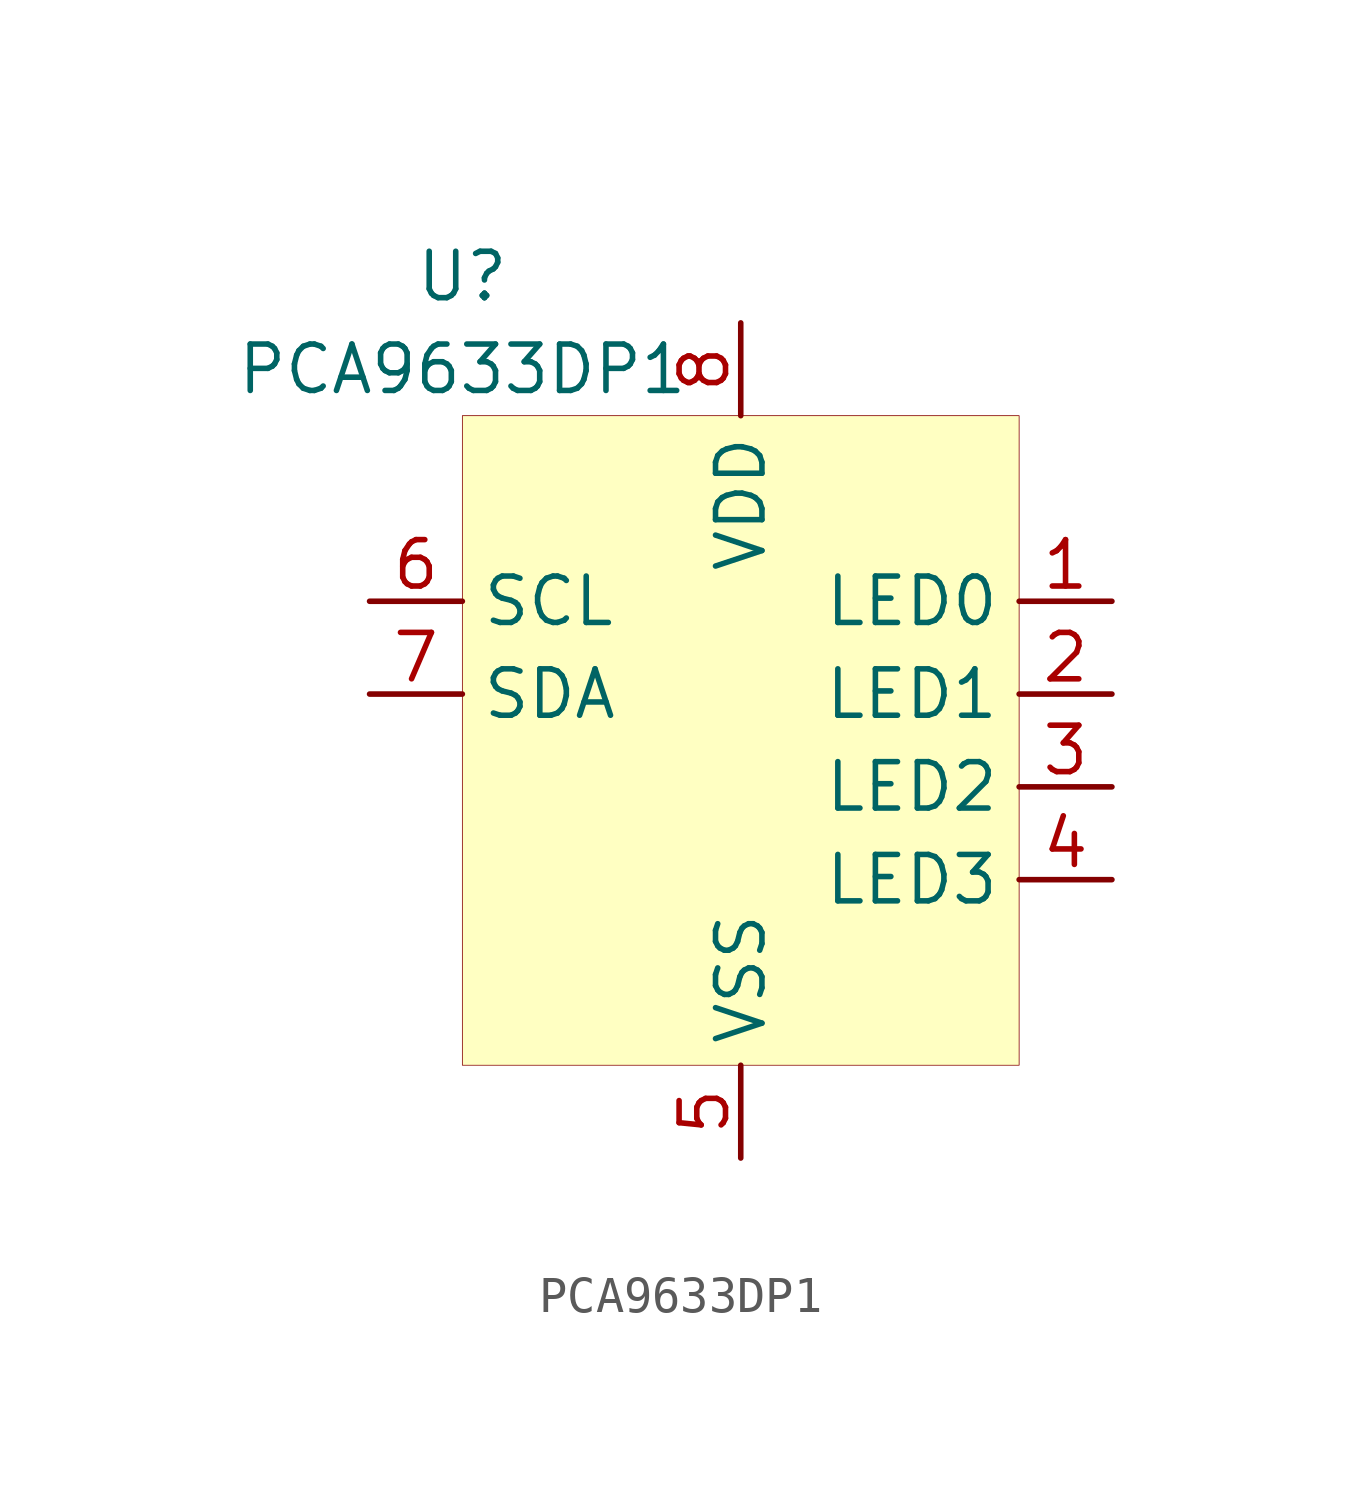
<source format=kicad_sym>
(kicad_symbol_lib
  (version 20200126)
  (host kicad_symbol_editor "(5.99.0-1949-ge2b384e54)")
  (symbol "NXP_PWM-Driver:PCA9633DP1"
    (property "Reference" "U"
      (at -7.62 11.43 0)
      (effects (font (size 1.27 1.27))))
    (property "Value" "PCA9633DP1"
      (at -7.62 8.89 0)
      (effects (font (size 1.27 1.27))))
    (symbol "PCA9633DP1_0_1"
      (rectangle (start -7.62 7.62) (end 7.62 -10.16) (stroke (width 0.001)) (fill (type background))))
    (symbol "PCA9633DP1_1_1"
      (pin bidirectional line (at -10.16 2.54 0) (length 2.54) (name "SCL" (effects (font (size 1.27 1.27)))) (number "6" (effects (font (size 1.27 1.27)))))
      (pin bidirectional line (at -10.16 0 0) (length 2.54) (name "SDA" (effects (font (size 1.27 1.27)))) (number "7" (effects (font (size 1.27 1.27)))))
      (pin output line (at 10.16 2.54 180) (length 2.54) (name "LED0" (effects (font (size 1.27 1.27)))) (number "1" (effects (font (size 1.27 1.27)))))
      (pin output line (at 10.16 0 180) (length 2.54) (name "LED1" (effects (font (size 1.27 1.27)))) (number "2" (effects (font (size 1.27 1.27)))))
      (pin output line (at 10.16 -2.54 180) (length 2.54) (name "LED2" (effects (font (size 1.27 1.27)))) (number "3" (effects (font (size 1.27 1.27)))))
      (pin output line (at 10.16 -5.08 180) (length 2.54) (name "LED3" (effects (font (size 1.27 1.27)))) (number "4" (effects (font (size 1.27 1.27)))))
      (pin power_in line (at 0 10.16 270) (length 2.54) (name "VDD" (effects (font (size 1.27 1.27)))) (number "8" (effects (font (size 1.27 1.27)))))
      (pin power_in line (at 0 -12.7 90) (length 2.54) (name "VSS" (effects (font (size 1.27 1.27)))) (number "5" (effects (font (size 1.27 1.27))))))))
</source>
